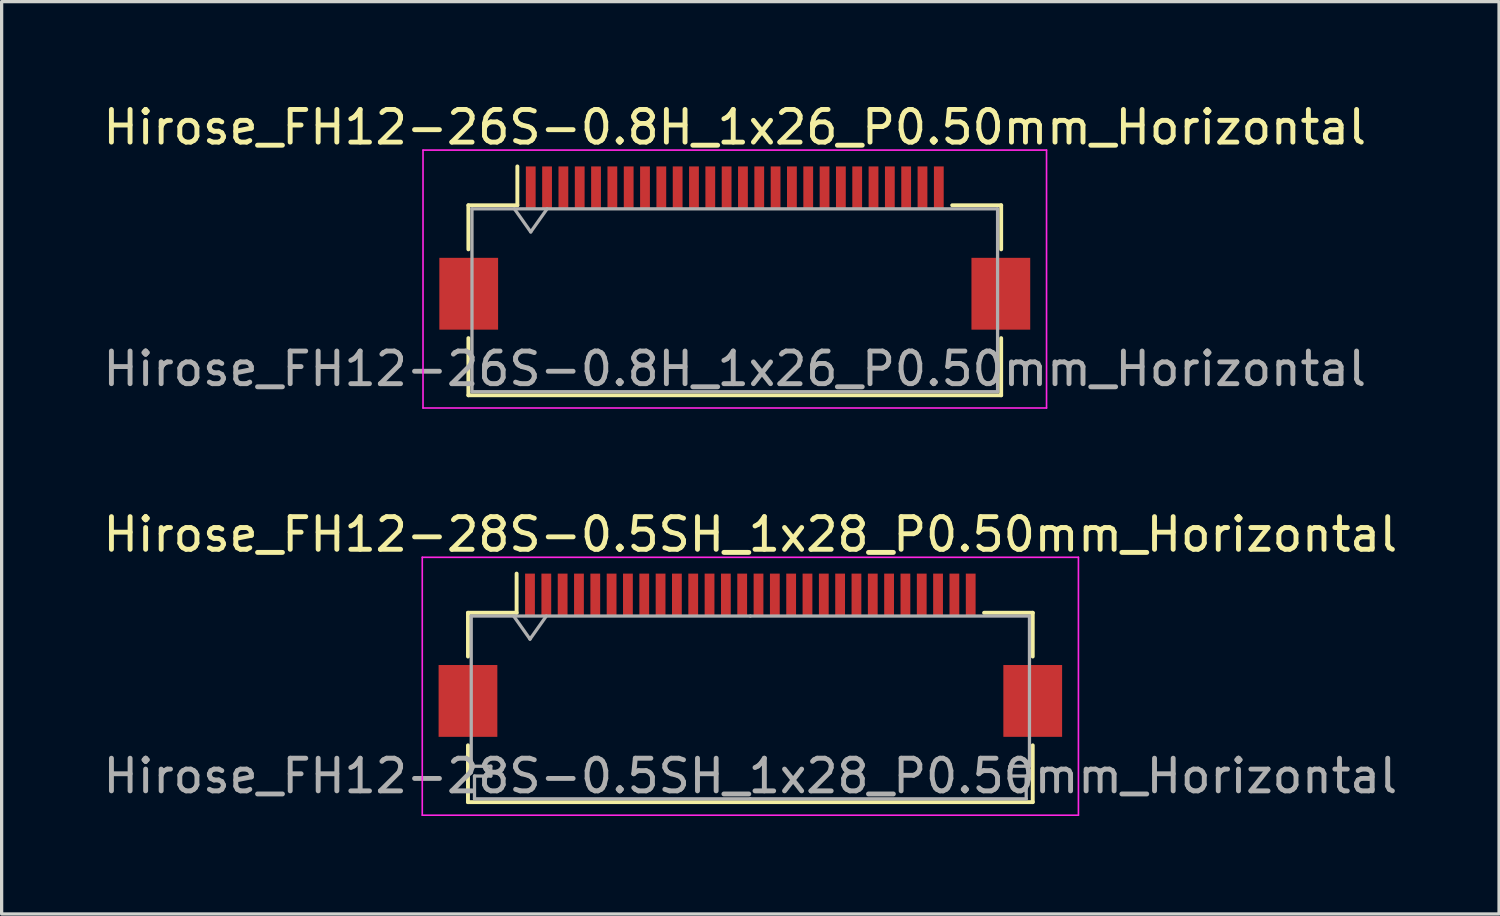
<source format=kicad_pcb>
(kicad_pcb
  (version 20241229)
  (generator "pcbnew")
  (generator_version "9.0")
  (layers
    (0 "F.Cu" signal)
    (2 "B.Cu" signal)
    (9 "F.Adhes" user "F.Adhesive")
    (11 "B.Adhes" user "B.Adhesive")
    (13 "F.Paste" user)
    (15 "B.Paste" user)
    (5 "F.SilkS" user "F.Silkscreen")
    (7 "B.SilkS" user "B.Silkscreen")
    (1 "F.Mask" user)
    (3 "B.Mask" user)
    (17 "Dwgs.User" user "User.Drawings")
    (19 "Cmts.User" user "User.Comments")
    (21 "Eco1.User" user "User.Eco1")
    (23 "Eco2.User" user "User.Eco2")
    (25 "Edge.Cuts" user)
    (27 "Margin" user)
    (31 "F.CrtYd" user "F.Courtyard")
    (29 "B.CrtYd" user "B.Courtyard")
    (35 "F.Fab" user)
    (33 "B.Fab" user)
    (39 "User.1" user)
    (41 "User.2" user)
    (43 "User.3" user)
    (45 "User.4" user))
  (footprint "Hirose_FH12-28S-0.5SH_1x28_P0.50mm_Horizontal"
    (layer "F.Cu")
    (at 19.935 17.021)
    (property "Reference" "Hirose_FH12-28S-0.5SH_1x28_P0.50mm_Horizontal" (at 0 -3.7 0) (layer "F.SilkS") (effects (font (size 1 1) (thickness 0.15))))
    (attr smd)
    (fp_line (start -8.65 -1.3) (end -8.65 0.04) (stroke (width 0.12) (type solid)) (layer "F.SilkS"))
    (fp_line (start -8.65 2.76) (end -8.65 4.5) (stroke (width 0.12) (type solid)) (layer "F.SilkS"))
    (fp_line (start -8.65 4.5) (end 8.65 4.5) (stroke (width 0.12) (type solid)) (layer "F.SilkS"))
    (fp_line (start -7.16 -1.3) (end -8.65 -1.3) (stroke (width 0.12) (type solid)) (layer "F.SilkS"))
    (fp_line (start -7.16 -1.3) (end -7.16 -2.5) (stroke (width 0.12) (type solid)) (layer "F.SilkS"))
    (fp_line (start 7.16 -1.3) (end 8.65 -1.3) (stroke (width 0.12) (type solid)) (layer "F.SilkS"))
    (fp_line (start 8.65 -1.3) (end 8.65 0.04) (stroke (width 0.12) (type solid)) (layer "F.SilkS"))
    (fp_line (start 8.65 4.5) (end 8.65 2.76) (stroke (width 0.12) (type solid)) (layer "F.SilkS"))
    (fp_line (start -10.05 -3) (end -10.05 4.9) (stroke (width 0.05) (type solid)) (layer "F.CrtYd"))
    (fp_line (start -10.05 4.9) (end 10.05 4.9) (stroke (width 0.05) (type solid)) (layer "F.CrtYd"))
    (fp_line (start 10.05 -3) (end -10.05 -3) (stroke (width 0.05) (type solid)) (layer "F.CrtYd"))
    (fp_line (start 10.05 4.9) (end 10.05 -3) (stroke (width 0.05) (type solid)) (layer "F.CrtYd"))
    (fp_line (start -8.55 -1.2) (end -8.55 3.4) (stroke (width 0.1) (type solid)) (layer "F.Fab"))
    (fp_line (start -8.55 3.4) (end -7.95 3.4) (stroke (width 0.1) (type solid)) (layer "F.Fab"))
    (fp_line (start -8.45 3.7) (end -8.45 4.4) (stroke (width 0.1) (type solid)) (layer "F.Fab"))
    (fp_line (start -8.45 4.4) (end 0 4.4) (stroke (width 0.1) (type solid)) (layer "F.Fab"))
    (fp_line (start -7.95 3.4) (end -7.95 3.7) (stroke (width 0.1) (type solid)) (layer "F.Fab"))
    (fp_line (start -7.95 3.7) (end -8.45 3.7) (stroke (width 0.1) (type solid)) (layer "F.Fab"))
    (fp_line (start -7.25 -1.2) (end -6.75 -0.493) (stroke (width 0.1) (type solid)) (layer "F.Fab"))
    (fp_line (start -6.75 -0.493) (end -6.25 -1.2) (stroke (width 0.1) (type solid)) (layer "F.Fab"))
    (fp_line (start 0 -1.2) (end -8.55 -1.2) (stroke (width 0.1) (type solid)) (layer "F.Fab"))
    (fp_line (start 0 -1.2) (end 8.55 -1.2) (stroke (width 0.1) (type solid)) (layer "F.Fab"))
    (fp_line (start 7.95 3.4) (end 7.95 3.7) (stroke (width 0.1) (type solid)) (layer "F.Fab"))
    (fp_line (start 7.95 3.7) (end 8.45 3.7) (stroke (width 0.1) (type solid)) (layer "F.Fab"))
    (fp_line (start 8.45 3.7) (end 8.45 4.4) (stroke (width 0.1) (type solid)) (layer "F.Fab"))
    (fp_line (start 8.45 4.4) (end 0 4.4) (stroke (width 0.1) (type solid)) (layer "F.Fab"))
    (fp_line (start 8.55 -1.2) (end 8.55 3.4) (stroke (width 0.1) (type solid)) (layer "F.Fab"))
    (fp_line (start 8.55 3.4) (end 7.95 3.4) (stroke (width 0.1) (type solid)) (layer "F.Fab"))
    (fp_text user "${REFERENCE}" (at 0 3.7 0) (layer "F.Fab") (effects (font (size 1 1) (thickness 0.15))))
    (pad "" smd rect (at -8.65 1.4) (size 1.8 2.2) (layers "F.Cu" "F.Mask" "F.Paste"))
    (pad "" smd rect (at 8.65 1.4) (size 1.8 2.2) (layers "F.Cu" "F.Mask" "F.Paste"))
    (pad "1" smd rect (at -6.75 -1.85) (size 0.3 1.3) (layers "F.Cu" "F.Mask" "F.Paste"))
    (pad "2" smd rect (at -6.25 -1.85) (size 0.3 1.3) (layers "F.Cu" "F.Mask" "F.Paste"))
    (pad "3" smd rect (at -5.75 -1.85) (size 0.3 1.3) (layers "F.Cu" "F.Mask" "F.Paste"))
    (pad "4" smd rect (at -5.25 -1.85) (size 0.3 1.3) (layers "F.Cu" "F.Mask" "F.Paste"))
    (pad "5" smd rect (at -4.75 -1.85) (size 0.3 1.3) (layers "F.Cu" "F.Mask" "F.Paste"))
    (pad "6" smd rect (at -4.25 -1.85) (size 0.3 1.3) (layers "F.Cu" "F.Mask" "F.Paste"))
    (pad "7" smd rect (at -3.75 -1.85) (size 0.3 1.3) (layers "F.Cu" "F.Mask" "F.Paste"))
    (pad "8" smd rect (at -3.25 -1.85) (size 0.3 1.3) (layers "F.Cu" "F.Mask" "F.Paste"))
    (pad "9" smd rect (at -2.75 -1.85) (size 0.3 1.3) (layers "F.Cu" "F.Mask" "F.Paste"))
    (pad "10" smd rect (at -2.25 -1.85) (size 0.3 1.3) (layers "F.Cu" "F.Mask" "F.Paste"))
    (pad "11" smd rect (at -1.75 -1.85) (size 0.3 1.3) (layers "F.Cu" "F.Mask" "F.Paste"))
    (pad "12" smd rect (at -1.25 -1.85) (size 0.3 1.3) (layers "F.Cu" "F.Mask" "F.Paste"))
    (pad "13" smd rect (at -0.75 -1.85) (size 0.3 1.3) (layers "F.Cu" "F.Mask" "F.Paste"))
    (pad "14" smd rect (at -0.25 -1.85) (size 0.3 1.3) (layers "F.Cu" "F.Mask" "F.Paste"))
    (pad "15" smd rect (at 0.25 -1.85) (size 0.3 1.3) (layers "F.Cu" "F.Mask" "F.Paste"))
    (pad "16" smd rect (at 0.75 -1.85) (size 0.3 1.3) (layers "F.Cu" "F.Mask" "F.Paste"))
    (pad "17" smd rect (at 1.25 -1.85) (size 0.3 1.3) (layers "F.Cu" "F.Mask" "F.Paste"))
    (pad "18" smd rect (at 1.75 -1.85) (size 0.3 1.3) (layers "F.Cu" "F.Mask" "F.Paste"))
    (pad "19" smd rect (at 2.25 -1.85) (size 0.3 1.3) (layers "F.Cu" "F.Mask" "F.Paste"))
    (pad "20" smd rect (at 2.75 -1.85) (size 0.3 1.3) (layers "F.Cu" "F.Mask" "F.Paste"))
    (pad "21" smd rect (at 3.25 -1.85) (size 0.3 1.3) (layers "F.Cu" "F.Mask" "F.Paste"))
    (pad "22" smd rect (at 3.75 -1.85) (size 0.3 1.3) (layers "F.Cu" "F.Mask" "F.Paste"))
    (pad "23" smd rect (at 4.25 -1.85) (size 0.3 1.3) (layers "F.Cu" "F.Mask" "F.Paste"))
    (pad "24" smd rect (at 4.75 -1.85) (size 0.3 1.3) (layers "F.Cu" "F.Mask" "F.Paste"))
    (pad "25" smd rect (at 5.25 -1.85) (size 0.3 1.3) (layers "F.Cu" "F.Mask" "F.Paste"))
    (pad "26" smd rect (at 5.75 -1.85) (size 0.3 1.3) (layers "F.Cu" "F.Mask" "F.Paste"))
    (pad "27" smd rect (at 6.25 -1.85) (size 0.3 1.3) (layers "F.Cu" "F.Mask" "F.Paste"))
    (pad "28" smd rect (at 6.75 -1.85) (size 0.3 1.3) (layers "F.Cu" "F.Mask" "F.Paste")))
  (footprint "Hirose_FH12-26S-0.8H_1x26_P0.50mm_Horizontal"
    (layer "F.Cu")
    (at 19.458 4.548)
    (property "Reference" "Hirose_FH12-26S-0.8H_1x26_P0.50mm_Horizontal" (at 0 -3.7 0) (layer "F.SilkS") (effects (font (size 1 1) (thickness 0.15))))
    (attr smd)
    (fp_line (start -8.16 -1.31) (end -6.66 -1.31) (stroke (width 0.12) (type solid)) (layer "F.SilkS"))
    (fp_line (start -8.16 0.04) (end -8.16 -1.31) (stroke (width 0.12) (type solid)) (layer "F.SilkS"))
    (fp_line (start -8.16 2.76) (end -8.16 4.51) (stroke (width 0.12) (type solid)) (layer "F.SilkS"))
    (fp_line (start -8.16 4.51) (end 8.16 4.51) (stroke (width 0.12) (type solid)) (layer "F.SilkS"))
    (fp_line (start -6.66 -1.31) (end -6.66 -2.5) (stroke (width 0.12) (type solid)) (layer "F.SilkS"))
    (fp_line (start 8.16 -1.31) (end 6.66 -1.31) (stroke (width 0.12) (type solid)) (layer "F.SilkS"))
    (fp_line (start 8.16 0.04) (end 8.16 -1.31) (stroke (width 0.12) (type solid)) (layer "F.SilkS"))
    (fp_line (start 8.16 4.51) (end 8.16 2.76) (stroke (width 0.12) (type solid)) (layer "F.SilkS"))
    (fp_line (start -9.55 -3) (end -9.55 4.9) (stroke (width 0.05) (type solid)) (layer "F.CrtYd"))
    (fp_line (start -9.55 4.9) (end 9.55 4.9) (stroke (width 0.05) (type solid)) (layer "F.CrtYd"))
    (fp_line (start 9.55 -3) (end -9.55 -3) (stroke (width 0.05) (type solid)) (layer "F.CrtYd"))
    (fp_line (start 9.55 4.9) (end 9.55 -3) (stroke (width 0.05) (type solid)) (layer "F.CrtYd"))
    (fp_line (start -8.05 -1.2) (end -8.05 4.4) (stroke (width 0.1) (type solid)) (layer "F.Fab"))
    (fp_line (start -8.05 -1.2) (end 8.05 -1.2) (stroke (width 0.1) (type solid)) (layer "F.Fab"))
    (fp_line (start -8.05 4.4) (end 8.05 4.4) (stroke (width 0.1) (type solid)) (layer "F.Fab"))
    (fp_line (start -6.75 -1.2) (end -6.25 -0.493) (stroke (width 0.1) (type solid)) (layer "F.Fab"))
    (fp_line (start -6.25 -0.493) (end -5.75 -1.2) (stroke (width 0.1) (type solid)) (layer "F.Fab"))
    (fp_line (start 8.05 -1.2) (end 8.05 4.4) (stroke (width 0.1) (type solid)) (layer "F.Fab"))
    (fp_text user "${REFERENCE}" (at 0 3.7 0) (layer "F.Fab") (effects (font (size 1 1) (thickness 0.15))))
    (pad "" smd rect (at -8.15 1.4) (size 1.8 2.2) (layers "F.Cu" "F.Mask" "F.Paste"))
    (pad "" smd rect (at 8.15 1.4) (size 1.8 2.2) (layers "F.Cu" "F.Mask" "F.Paste"))
    (pad "1" smd rect (at -6.25 -1.85) (size 0.3 1.3) (layers "F.Cu" "F.Mask" "F.Paste"))
    (pad "2" smd rect (at -5.75 -1.85) (size 0.3 1.3) (layers "F.Cu" "F.Mask" "F.Paste"))
    (pad "3" smd rect (at -5.25 -1.85) (size 0.3 1.3) (layers "F.Cu" "F.Mask" "F.Paste"))
    (pad "4" smd rect (at -4.75 -1.85) (size 0.3 1.3) (layers "F.Cu" "F.Mask" "F.Paste"))
    (pad "5" smd rect (at -4.25 -1.85) (size 0.3 1.3) (layers "F.Cu" "F.Mask" "F.Paste"))
    (pad "6" smd rect (at -3.75 -1.85) (size 0.3 1.3) (layers "F.Cu" "F.Mask" "F.Paste"))
    (pad "7" smd rect (at -3.25 -1.85) (size 0.3 1.3) (layers "F.Cu" "F.Mask" "F.Paste"))
    (pad "8" smd rect (at -2.75 -1.85) (size 0.3 1.3) (layers "F.Cu" "F.Mask" "F.Paste"))
    (pad "9" smd rect (at -2.25 -1.85) (size 0.3 1.3) (layers "F.Cu" "F.Mask" "F.Paste"))
    (pad "10" smd rect (at -1.75 -1.85) (size 0.3 1.3) (layers "F.Cu" "F.Mask" "F.Paste"))
    (pad "11" smd rect (at -1.25 -1.85) (size 0.3 1.3) (layers "F.Cu" "F.Mask" "F.Paste"))
    (pad "12" smd rect (at -0.75 -1.85) (size 0.3 1.3) (layers "F.Cu" "F.Mask" "F.Paste"))
    (pad "13" smd rect (at -0.25 -1.85) (size 0.3 1.3) (layers "F.Cu" "F.Mask" "F.Paste"))
    (pad "14" smd rect (at 0.25 -1.85) (size 0.3 1.3) (layers "F.Cu" "F.Mask" "F.Paste"))
    (pad "15" smd rect (at 0.75 -1.85) (size 0.3 1.3) (layers "F.Cu" "F.Mask" "F.Paste"))
    (pad "16" smd rect (at 1.25 -1.85) (size 0.3 1.3) (layers "F.Cu" "F.Mask" "F.Paste"))
    (pad "17" smd rect (at 1.75 -1.85) (size 0.3 1.3) (layers "F.Cu" "F.Mask" "F.Paste"))
    (pad "18" smd rect (at 2.25 -1.85) (size 0.3 1.3) (layers "F.Cu" "F.Mask" "F.Paste"))
    (pad "19" smd rect (at 2.75 -1.85) (size 0.3 1.3) (layers "F.Cu" "F.Mask" "F.Paste"))
    (pad "20" smd rect (at 3.25 -1.85) (size 0.3 1.3) (layers "F.Cu" "F.Mask" "F.Paste"))
    (pad "21" smd rect (at 3.75 -1.85) (size 0.3 1.3) (layers "F.Cu" "F.Mask" "F.Paste"))
    (pad "22" smd rect (at 4.25 -1.85) (size 0.3 1.3) (layers "F.Cu" "F.Mask" "F.Paste"))
    (pad "23" smd rect (at 4.75 -1.85) (size 0.3 1.3) (layers "F.Cu" "F.Mask" "F.Paste"))
    (pad "24" smd rect (at 5.25 -1.85) (size 0.3 1.3) (layers "F.Cu" "F.Mask" "F.Paste"))
    (pad "25" smd rect (at 5.75 -1.85) (size 0.3 1.3) (layers "F.Cu" "F.Mask" "F.Paste"))
    (pad "26" smd rect (at 6.25 -1.85) (size 0.3 1.3) (layers "F.Cu" "F.Mask" "F.Paste")))
  (gr_rect
    (start -3 -3)
    (end 42.869 24.947)
    (stroke (width 0.1) (type default))
    (fill no)
    (layer "Edge.Cuts")))
</source>
